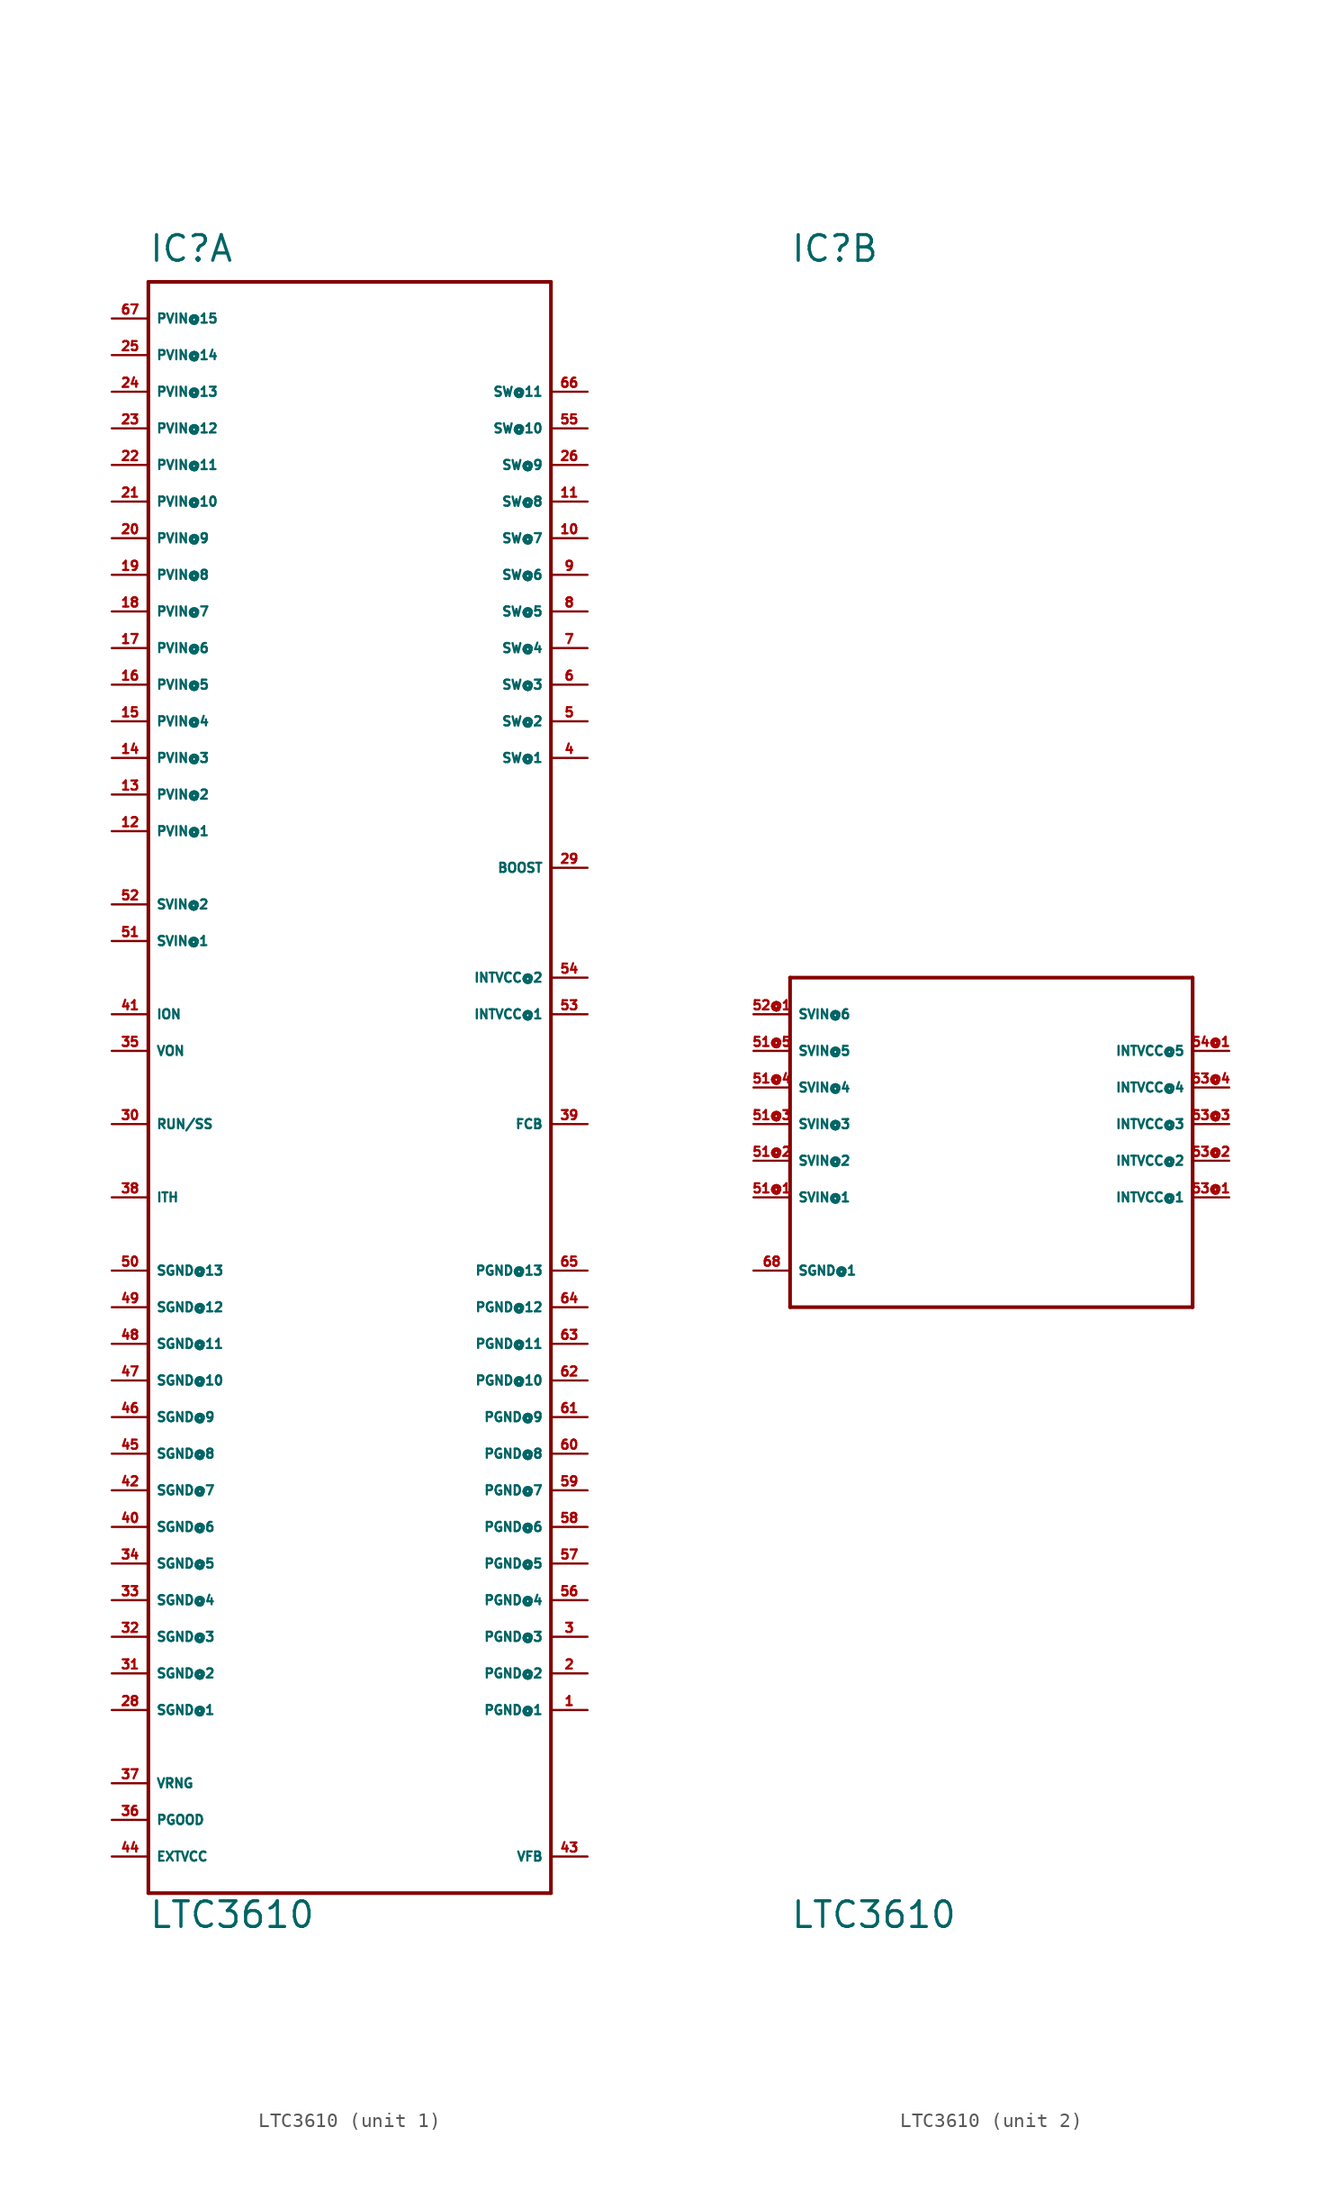
<source format=kicad_sym>
(kicad_symbol_lib
  (version 20220914)
  (generator Eagle2Kicad)
  (symbol "LTC3610"
    (property "Reference" "IC"
      (at -12.7 59.69 0)
      (effects (font (size 1.778 1.778) (thickness 0.22)) (justify left bottom)))
    (property "Value" "LTC3610"
      (at -12.7 -55.88 0)
      (effects (font (size 1.778 1.778) (thickness 0.22)) (justify left bottom)))
    (symbol "LTC3610_1_0"
      (polyline (pts (xy -12.7 58.42) (xy 15.24 58.42)) (stroke (width 0.254) (type default)) (fill (type none)))
      (polyline (pts (xy 15.24 58.42) (xy 15.24 -53.34)) (stroke (width 0.254) (type default)) (fill (type none)))
      (polyline (pts (xy 15.24 -53.34) (xy -12.7 -53.34)) (stroke (width 0.254) (type default)) (fill (type none)))
      (polyline (pts (xy -12.7 -53.34) (xy -12.7 58.42)) (stroke (width 0.254) (type default)) (fill (type none)))
      (pin unspecified line (at 17.78 -40.64 180) (length 2.54) (name "PGND@1" (effects (font (size 0.635 0.635) (thickness 0.08)) (justify left bottom))) (number "1" (effects (font (size 0.635 0.635) (thickness 0.08)) (justify left bottom))))
      (pin unspecified line (at 17.78 -38.1 180) (length 2.54) (name "PGND@2" (effects (font (size 0.635 0.635) (thickness 0.08)) (justify left bottom))) (number "2" (effects (font (size 0.635 0.635) (thickness 0.08)) (justify left bottom))))
      (pin unspecified line (at 17.78 -35.56 180) (length 2.54) (name "PGND@3" (effects (font (size 0.635 0.635) (thickness 0.08)) (justify left bottom))) (number "3" (effects (font (size 0.635 0.635) (thickness 0.08)) (justify left bottom))))
      (pin unspecified line (at 17.78 -33.02 180) (length 2.54) (name "PGND@4" (effects (font (size 0.635 0.635) (thickness 0.08)) (justify left bottom))) (number "56" (effects (font (size 0.635 0.635) (thickness 0.08)) (justify left bottom))))
      (pin unspecified line (at 17.78 -30.48 180) (length 2.54) (name "PGND@5" (effects (font (size 0.635 0.635) (thickness 0.08)) (justify left bottom))) (number "57" (effects (font (size 0.635 0.635) (thickness 0.08)) (justify left bottom))))
      (pin unspecified line (at 17.78 -27.94 180) (length 2.54) (name "PGND@6" (effects (font (size 0.635 0.635) (thickness 0.08)) (justify left bottom))) (number "58" (effects (font (size 0.635 0.635) (thickness 0.08)) (justify left bottom))))
      (pin unspecified line (at 17.78 -25.4 180) (length 2.54) (name "PGND@7" (effects (font (size 0.635 0.635) (thickness 0.08)) (justify left bottom))) (number "59" (effects (font (size 0.635 0.635) (thickness 0.08)) (justify left bottom))))
      (pin unspecified line (at 17.78 -22.86 180) (length 2.54) (name "PGND@8" (effects (font (size 0.635 0.635) (thickness 0.08)) (justify left bottom))) (number "60" (effects (font (size 0.635 0.635) (thickness 0.08)) (justify left bottom))))
      (pin unspecified line (at 17.78 -20.32 180) (length 2.54) (name "PGND@9" (effects (font (size 0.635 0.635) (thickness 0.08)) (justify left bottom))) (number "61" (effects (font (size 0.635 0.635) (thickness 0.08)) (justify left bottom))))
      (pin unspecified line (at 17.78 -17.78 180) (length 2.54) (name "PGND@10" (effects (font (size 0.635 0.635) (thickness 0.08)) (justify left bottom))) (number "62" (effects (font (size 0.635 0.635) (thickness 0.08)) (justify left bottom))))
      (pin unspecified line (at 17.78 -15.24 180) (length 2.54) (name "PGND@11" (effects (font (size 0.635 0.635) (thickness 0.08)) (justify left bottom))) (number "63" (effects (font (size 0.635 0.635) (thickness 0.08)) (justify left bottom))))
      (pin unspecified line (at 17.78 -12.7 180) (length 2.54) (name "PGND@12" (effects (font (size 0.635 0.635) (thickness 0.08)) (justify left bottom))) (number "64" (effects (font (size 0.635 0.635) (thickness 0.08)) (justify left bottom))))
      (pin unspecified line (at -15.24 20.32 0) (length 2.54) (name "PVIN@1" (effects (font (size 0.635 0.635) (thickness 0.08)) (justify left bottom))) (number "12" (effects (font (size 0.635 0.635) (thickness 0.08)) (justify left bottom))))
      (pin unspecified line (at -15.24 22.86 0) (length 2.54) (name "PVIN@2" (effects (font (size 0.635 0.635) (thickness 0.08)) (justify left bottom))) (number "13" (effects (font (size 0.635 0.635) (thickness 0.08)) (justify left bottom))))
      (pin unspecified line (at -15.24 25.4 0) (length 2.54) (name "PVIN@3" (effects (font (size 0.635 0.635) (thickness 0.08)) (justify left bottom))) (number "14" (effects (font (size 0.635 0.635) (thickness 0.08)) (justify left bottom))))
      (pin unspecified line (at -15.24 27.94 0) (length 2.54) (name "PVIN@4" (effects (font (size 0.635 0.635) (thickness 0.08)) (justify left bottom))) (number "15" (effects (font (size 0.635 0.635) (thickness 0.08)) (justify left bottom))))
      (pin unspecified line (at -15.24 30.48 0) (length 2.54) (name "PVIN@5" (effects (font (size 0.635 0.635) (thickness 0.08)) (justify left bottom))) (number "16" (effects (font (size 0.635 0.635) (thickness 0.08)) (justify left bottom))))
      (pin unspecified line (at -15.24 33.02 0) (length 2.54) (name "PVIN@6" (effects (font (size 0.635 0.635) (thickness 0.08)) (justify left bottom))) (number "17" (effects (font (size 0.635 0.635) (thickness 0.08)) (justify left bottom))))
      (pin unspecified line (at -15.24 35.56 0) (length 2.54) (name "PVIN@7" (effects (font (size 0.635 0.635) (thickness 0.08)) (justify left bottom))) (number "18" (effects (font (size 0.635 0.635) (thickness 0.08)) (justify left bottom))))
      (pin unspecified line (at -15.24 38.1 0) (length 2.54) (name "PVIN@8" (effects (font (size 0.635 0.635) (thickness 0.08)) (justify left bottom))) (number "19" (effects (font (size 0.635 0.635) (thickness 0.08)) (justify left bottom))))
      (pin unspecified line (at -15.24 40.64 0) (length 2.54) (name "PVIN@9" (effects (font (size 0.635 0.635) (thickness 0.08)) (justify left bottom))) (number "20" (effects (font (size 0.635 0.635) (thickness 0.08)) (justify left bottom))))
      (pin unspecified line (at -15.24 43.18 0) (length 2.54) (name "PVIN@10" (effects (font (size 0.635 0.635) (thickness 0.08)) (justify left bottom))) (number "21" (effects (font (size 0.635 0.635) (thickness 0.08)) (justify left bottom))))
      (pin unspecified line (at -15.24 45.72 0) (length 2.54) (name "PVIN@11" (effects (font (size 0.635 0.635) (thickness 0.08)) (justify left bottom))) (number "22" (effects (font (size 0.635 0.635) (thickness 0.08)) (justify left bottom))))
      (pin unspecified line (at -15.24 48.26 0) (length 2.54) (name "PVIN@12" (effects (font (size 0.635 0.635) (thickness 0.08)) (justify left bottom))) (number "23" (effects (font (size 0.635 0.635) (thickness 0.08)) (justify left bottom))))
      (pin unspecified line (at -15.24 50.8 0) (length 2.54) (name "PVIN@13" (effects (font (size 0.635 0.635) (thickness 0.08)) (justify left bottom))) (number "24" (effects (font (size 0.635 0.635) (thickness 0.08)) (justify left bottom))))
      (pin unspecified line (at -15.24 53.34 0) (length 2.54) (name "PVIN@14" (effects (font (size 0.635 0.635) (thickness 0.08)) (justify left bottom))) (number "25" (effects (font (size 0.635 0.635) (thickness 0.08)) (justify left bottom))))
      (pin unspecified line (at -15.24 -40.64 0) (length 2.54) (name "SGND@1" (effects (font (size 0.635 0.635) (thickness 0.08)) (justify left bottom))) (number "28" (effects (font (size 0.635 0.635) (thickness 0.08)) (justify left bottom))))
      (pin unspecified line (at -15.24 -38.1 0) (length 2.54) (name "SGND@2" (effects (font (size 0.635 0.635) (thickness 0.08)) (justify left bottom))) (number "31" (effects (font (size 0.635 0.635) (thickness 0.08)) (justify left bottom))))
      (pin unspecified line (at -15.24 -35.56 0) (length 2.54) (name "SGND@3" (effects (font (size 0.635 0.635) (thickness 0.08)) (justify left bottom))) (number "32" (effects (font (size 0.635 0.635) (thickness 0.08)) (justify left bottom))))
      (pin unspecified line (at -15.24 -33.02 0) (length 2.54) (name "SGND@4" (effects (font (size 0.635 0.635) (thickness 0.08)) (justify left bottom))) (number "33" (effects (font (size 0.635 0.635) (thickness 0.08)) (justify left bottom))))
      (pin unspecified line (at -15.24 -30.48 0) (length 2.54) (name "SGND@5" (effects (font (size 0.635 0.635) (thickness 0.08)) (justify left bottom))) (number "34" (effects (font (size 0.635 0.635) (thickness 0.08)) (justify left bottom))))
      (pin unspecified line (at -15.24 -27.94 0) (length 2.54) (name "SGND@6" (effects (font (size 0.635 0.635) (thickness 0.08)) (justify left bottom))) (number "40" (effects (font (size 0.635 0.635) (thickness 0.08)) (justify left bottom))))
      (pin unspecified line (at -15.24 -25.4 0) (length 2.54) (name "SGND@7" (effects (font (size 0.635 0.635) (thickness 0.08)) (justify left bottom))) (number "42" (effects (font (size 0.635 0.635) (thickness 0.08)) (justify left bottom))))
      (pin unspecified line (at -15.24 -22.86 0) (length 2.54) (name "SGND@8" (effects (font (size 0.635 0.635) (thickness 0.08)) (justify left bottom))) (number "45" (effects (font (size 0.635 0.635) (thickness 0.08)) (justify left bottom))))
      (pin unspecified line (at -15.24 -20.32 0) (length 2.54) (name "SGND@9" (effects (font (size 0.635 0.635) (thickness 0.08)) (justify left bottom))) (number "46" (effects (font (size 0.635 0.635) (thickness 0.08)) (justify left bottom))))
      (pin unspecified line (at -15.24 -17.78 0) (length 2.54) (name "SGND@10" (effects (font (size 0.635 0.635) (thickness 0.08)) (justify left bottom))) (number "47" (effects (font (size 0.635 0.635) (thickness 0.08)) (justify left bottom))))
      (pin unspecified line (at -15.24 -15.24 0) (length 2.54) (name "SGND@11" (effects (font (size 0.635 0.635) (thickness 0.08)) (justify left bottom))) (number "48" (effects (font (size 0.635 0.635) (thickness 0.08)) (justify left bottom))))
      (pin unspecified line (at -15.24 -12.7 0) (length 2.54) (name "SGND@12" (effects (font (size 0.635 0.635) (thickness 0.08)) (justify left bottom))) (number "49" (effects (font (size 0.635 0.635) (thickness 0.08)) (justify left bottom))))
      (pin unspecified line (at 17.78 7.62 180) (length 2.54) (name "INTVCC@1" (effects (font (size 0.635 0.635) (thickness 0.08)) (justify left bottom))) (number "53" (effects (font (size 0.635 0.635) (thickness 0.08)) (justify left bottom))))
      (pin unspecified line (at 17.78 10.16 180) (length 2.54) (name "INTVCC@2" (effects (font (size 0.635 0.635) (thickness 0.08)) (justify left bottom))) (number "54" (effects (font (size 0.635 0.635) (thickness 0.08)) (justify left bottom))))
      (pin input line (at 17.78 25.4 180) (length 2.54) (name "SW@1" (effects (font (size 0.635 0.635) (thickness 0.08)) (justify left bottom))) (number "4" (effects (font (size 0.635 0.635) (thickness 0.08)) (justify left bottom))))
      (pin input line (at 17.78 27.94 180) (length 2.54) (name "SW@2" (effects (font (size 0.635 0.635) (thickness 0.08)) (justify left bottom))) (number "5" (effects (font (size 0.635 0.635) (thickness 0.08)) (justify left bottom))))
      (pin input line (at 17.78 30.48 180) (length 2.54) (name "SW@3" (effects (font (size 0.635 0.635) (thickness 0.08)) (justify left bottom))) (number "6" (effects (font (size 0.635 0.635) (thickness 0.08)) (justify left bottom))))
      (pin input line (at 17.78 33.02 180) (length 2.54) (name "SW@4" (effects (font (size 0.635 0.635) (thickness 0.08)) (justify left bottom))) (number "7" (effects (font (size 0.635 0.635) (thickness 0.08)) (justify left bottom))))
      (pin input line (at 17.78 35.56 180) (length 2.54) (name "SW@5" (effects (font (size 0.635 0.635) (thickness 0.08)) (justify left bottom))) (number "8" (effects (font (size 0.635 0.635) (thickness 0.08)) (justify left bottom))))
      (pin input line (at 17.78 38.1 180) (length 2.54) (name "SW@6" (effects (font (size 0.635 0.635) (thickness 0.08)) (justify left bottom))) (number "9" (effects (font (size 0.635 0.635) (thickness 0.08)) (justify left bottom))))
      (pin input line (at 17.78 40.64 180) (length 2.54) (name "SW@7" (effects (font (size 0.635 0.635) (thickness 0.08)) (justify left bottom))) (number "10" (effects (font (size 0.635 0.635) (thickness 0.08)) (justify left bottom))))
      (pin input line (at 17.78 43.18 180) (length 2.54) (name "SW@8" (effects (font (size 0.635 0.635) (thickness 0.08)) (justify left bottom))) (number "11" (effects (font (size 0.635 0.635) (thickness 0.08)) (justify left bottom))))
      (pin input line (at 17.78 45.72 180) (length 2.54) (name "SW@9" (effects (font (size 0.635 0.635) (thickness 0.08)) (justify left bottom))) (number "26" (effects (font (size 0.635 0.635) (thickness 0.08)) (justify left bottom))))
      (pin input line (at 17.78 48.26 180) (length 2.54) (name "SW@10" (effects (font (size 0.635 0.635) (thickness 0.08)) (justify left bottom))) (number "55" (effects (font (size 0.635 0.635) (thickness 0.08)) (justify left bottom))))
      (pin input line (at -15.24 12.7 0) (length 2.54) (name "SVIN@1" (effects (font (size 0.635 0.635) (thickness 0.08)) (justify left bottom))) (number "51" (effects (font (size 0.635 0.635) (thickness 0.08)) (justify left bottom))))
      (pin input line (at -15.24 15.24 0) (length 2.54) (name "SVIN@2" (effects (font (size 0.635 0.635) (thickness 0.08)) (justify left bottom))) (number "52" (effects (font (size 0.635 0.635) (thickness 0.08)) (justify left bottom))))
      (pin input line (at -15.24 -50.8 0) (length 2.54) (name "EXTVCC" (effects (font (size 0.635 0.635) (thickness 0.08)) (justify left bottom))) (number "44" (effects (font (size 0.635 0.635) (thickness 0.08)) (justify left bottom))))
      (pin passive line (at 17.78 -50.8 180) (length 2.54) (name "VFB" (effects (font (size 0.635 0.635) (thickness 0.08)) (justify left bottom))) (number "43" (effects (font (size 0.635 0.635) (thickness 0.08)) (justify left bottom))))
      (pin input line (at -15.24 7.62 0) (length 2.54) (name "ION" (effects (font (size 0.635 0.635) (thickness 0.08)) (justify left bottom))) (number "41" (effects (font (size 0.635 0.635) (thickness 0.08)) (justify left bottom))))
      (pin passive line (at 17.78 0 180) (length 2.54) (name "FCB" (effects (font (size 0.635 0.635) (thickness 0.08)) (justify left bottom))) (number "39" (effects (font (size 0.635 0.635) (thickness 0.08)) (justify left bottom))))
      (pin passive line (at -15.24 -5.08 0) (length 2.54) (name "ITH" (effects (font (size 0.635 0.635) (thickness 0.08)) (justify left bottom))) (number "38" (effects (font (size 0.635 0.635) (thickness 0.08)) (justify left bottom))))
      (pin passive line (at -15.24 -45.72 0) (length 2.54) (name "VRNG" (effects (font (size 0.635 0.635) (thickness 0.08)) (justify left bottom))) (number "37" (effects (font (size 0.635 0.635) (thickness 0.08)) (justify left bottom))))
      (pin open_collector line (at -15.24 -48.26 0) (length 2.54) (name "PGOOD" (effects (font (size 0.635 0.635) (thickness 0.08)) (justify left bottom))) (number "36" (effects (font (size 0.635 0.635) (thickness 0.08)) (justify left bottom))))
      (pin input line (at -15.24 5.08 0) (length 2.54) (name "VON" (effects (font (size 0.635 0.635) (thickness 0.08)) (justify left bottom))) (number "35" (effects (font (size 0.635 0.635) (thickness 0.08)) (justify left bottom))))
      (pin passive line (at -15.24 0 0) (length 2.54) (name "RUN/SS" (effects (font (size 0.635 0.635) (thickness 0.08)) (justify left bottom))) (number "30" (effects (font (size 0.635 0.635) (thickness 0.08)) (justify left bottom))))
      (pin passive line (at 17.78 17.78 180) (length 2.54) (name "BOOST" (effects (font (size 0.635 0.635) (thickness 0.08)) (justify left bottom))) (number "29" (effects (font (size 0.635 0.635) (thickness 0.08)) (justify left bottom))))
      (pin unspecified line (at -15.24 55.88 0) (length 2.54) (name "PVIN@15" (effects (font (size 0.635 0.635) (thickness 0.08)) (justify left bottom))) (number "67" (effects (font (size 0.635 0.635) (thickness 0.08)) (justify left bottom))))
      (pin input line (at 17.78 50.8 180) (length 2.54) (name "SW@11" (effects (font (size 0.635 0.635) (thickness 0.08)) (justify left bottom))) (number "66" (effects (font (size 0.635 0.635) (thickness 0.08)) (justify left bottom))))
      (pin unspecified line (at 17.78 -10.16 180) (length 2.54) (name "PGND@13" (effects (font (size 0.635 0.635) (thickness 0.08)) (justify left bottom))) (number "65" (effects (font (size 0.635 0.635) (thickness 0.08)) (justify left bottom))))
      (pin unspecified line (at -15.24 -10.16 0) (length 2.54) (name "SGND@13" (effects (font (size 0.635 0.635) (thickness 0.08)) (justify left bottom))) (number "50" (effects (font (size 0.635 0.635) (thickness 0.08)) (justify left bottom)))))
    (symbol "LTC3610_2_0"
      (polyline (pts (xy -12.7 10.16) (xy 15.24 10.16)) (stroke (width 0.254) (type default)) (fill (type none)))
      (polyline (pts (xy 15.24 10.16) (xy 15.24 -12.7)) (stroke (width 0.254) (type default)) (fill (type none)))
      (polyline (pts (xy 15.24 -12.7) (xy -12.7 -12.7)) (stroke (width 0.254) (type default)) (fill (type none)))
      (polyline (pts (xy -12.7 -12.7) (xy -12.7 10.16)) (stroke (width 0.254) (type default)) (fill (type none)))
      (pin unspecified line (at -15.24 -10.16 0) (length 2.54) (name "SGND@1" (effects (font (size 0.635 0.635) (thickness 0.08)) (justify left bottom))) (number "68" (effects (font (size 0.635 0.635) (thickness 0.08)) (justify left bottom))))
      (pin input line (at -15.24 7.62 0) (length 2.54) (name "SVIN@6" (effects (font (size 0.635 0.635) (thickness 0.08)) (justify left bottom))) (number "52@1" (effects (font (size 0.635 0.635) (thickness 0.08)) (justify left bottom))))
      (pin unspecified line (at 17.78 -5.08 180) (length 2.54) (name "INTVCC@1" (effects (font (size 0.635 0.635) (thickness 0.08)) (justify left bottom))) (number "53@1" (effects (font (size 0.635 0.635) (thickness 0.08)) (justify left bottom))))
      (pin input line (at -15.24 -5.08 0) (length 2.54) (name "SVIN@1" (effects (font (size 0.635 0.635) (thickness 0.08)) (justify left bottom))) (number "51@1" (effects (font (size 0.635 0.635) (thickness 0.08)) (justify left bottom))))
      (pin input line (at -15.24 -2.54 0) (length 2.54) (name "SVIN@2" (effects (font (size 0.635 0.635) (thickness 0.08)) (justify left bottom))) (number "51@2" (effects (font (size 0.635 0.635) (thickness 0.08)) (justify left bottom))))
      (pin unspecified line (at 17.78 -2.54 180) (length 2.54) (name "INTVCC@2" (effects (font (size 0.635 0.635) (thickness 0.08)) (justify left bottom))) (number "53@2" (effects (font (size 0.635 0.635) (thickness 0.08)) (justify left bottom))))
      (pin unspecified line (at 17.78 0 180) (length 2.54) (name "INTVCC@3" (effects (font (size 0.635 0.635) (thickness 0.08)) (justify left bottom))) (number "53@3" (effects (font (size 0.635 0.635) (thickness 0.08)) (justify left bottom))))
      (pin unspecified line (at 17.78 2.54 180) (length 2.54) (name "INTVCC@4" (effects (font (size 0.635 0.635) (thickness 0.08)) (justify left bottom))) (number "53@4" (effects (font (size 0.635 0.635) (thickness 0.08)) (justify left bottom))))
      (pin input line (at -15.24 0 0) (length 2.54) (name "SVIN@3" (effects (font (size 0.635 0.635) (thickness 0.08)) (justify left bottom))) (number "51@3" (effects (font (size 0.635 0.635) (thickness 0.08)) (justify left bottom))))
      (pin input line (at -15.24 2.54 0) (length 2.54) (name "SVIN@4" (effects (font (size 0.635 0.635) (thickness 0.08)) (justify left bottom))) (number "51@4" (effects (font (size 0.635 0.635) (thickness 0.08)) (justify left bottom))))
      (pin input line (at -15.24 5.08 0) (length 2.54) (name "SVIN@5" (effects (font (size 0.635 0.635) (thickness 0.08)) (justify left bottom))) (number "51@5" (effects (font (size 0.635 0.635) (thickness 0.08)) (justify left bottom))))
      (pin unspecified line (at 17.78 5.08 180) (length 2.54) (name "INTVCC@5" (effects (font (size 0.635 0.635) (thickness 0.08)) (justify left bottom))) (number "54@1" (effects (font (size 0.635 0.635) (thickness 0.08)) (justify left bottom)))))))
</source>
